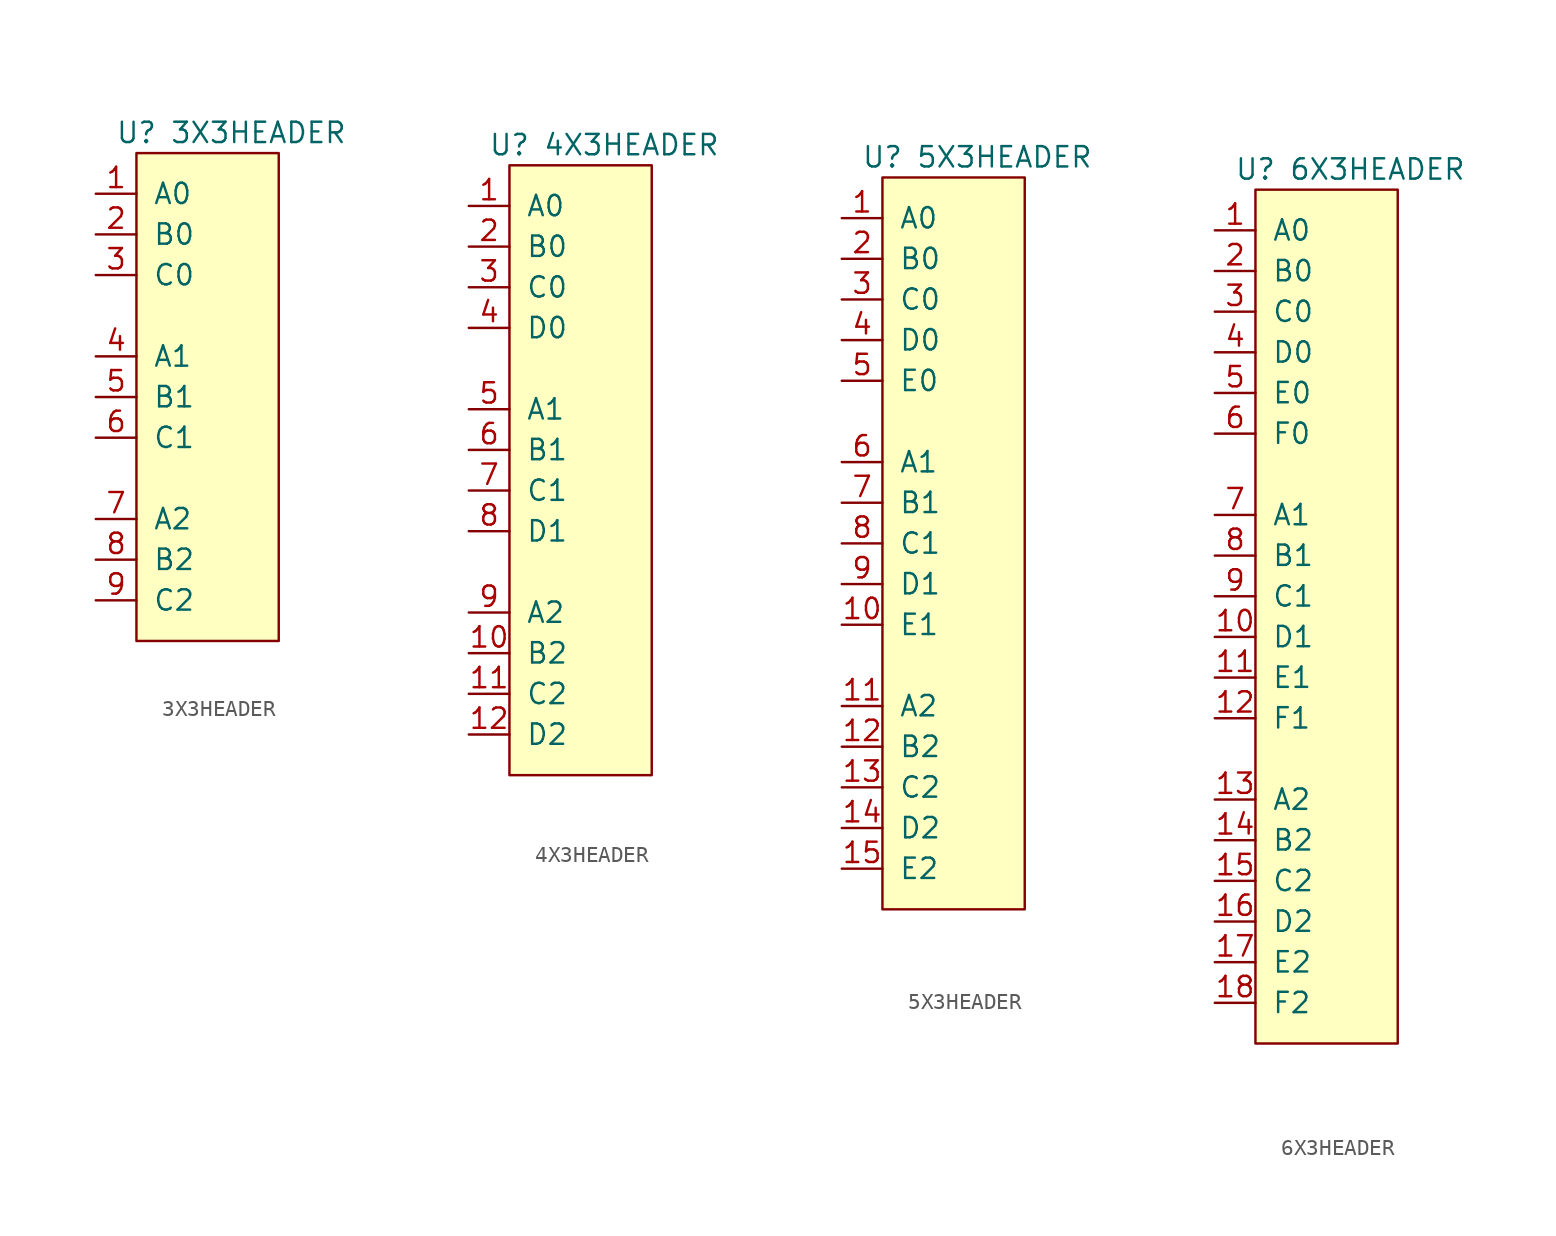
<source format=kicad_sym>
(kicad_symbol_lib
  (version 20220914)
  (generator kicad_symbol_editor)
  (symbol "3X3HEADER"
    (pin_names
      (offset 1.016))
    (property "Reference" "U"
      (at -5.08 19.05 0)
      (effects (font (size 1.27 1.27))))
    (property "Value" "3X3HEADER"
      (at 2.54 19.05 0)
      (effects (font (size 1.27 1.27))))
    (symbol "3X3HEADER_0_1"
      (rectangle (start -5.08 17.78) (end 3.81 -12.7) (stroke (width 0) (type solid)) (fill (type background))))
    (symbol "3X3HEADER_1_1"
      (pin passive line (at -7.62 15.24 0) (length 2.54) (name "A0" (effects (font (size 1.27 1.27)))) (number "1" (effects (font (size 1.27 1.27)))))
      (pin passive line (at -7.62 12.7 0) (length 2.54) (name "B0" (effects (font (size 1.27 1.27)))) (number "2" (effects (font (size 1.27 1.27)))))
      (pin passive line (at -7.62 10.16 0) (length 2.54) (name "C0" (effects (font (size 1.27 1.27)))) (number "3" (effects (font (size 1.27 1.27)))))
      (pin passive line (at -7.62 5.08 0) (length 2.54) (name "A1" (effects (font (size 1.27 1.27)))) (number "4" (effects (font (size 1.27 1.27)))))
      (pin passive line (at -7.62 2.54 0) (length 2.54) (name "B1" (effects (font (size 1.27 1.27)))) (number "5" (effects (font (size 1.27 1.27)))))
      (pin passive line (at -7.62 0 0) (length 2.54) (name "C1" (effects (font (size 1.27 1.27)))) (number "6" (effects (font (size 1.27 1.27)))))
      (pin passive line (at -7.62 -5.08 0) (length 2.54) (name "A2" (effects (font (size 1.27 1.27)))) (number "7" (effects (font (size 1.27 1.27)))))
      (pin passive line (at -7.62 -7.62 0) (length 2.54) (name "B2" (effects (font (size 1.27 1.27)))) (number "8" (effects (font (size 1.27 1.27)))))
      (pin passive line (at -7.62 -10.16 0) (length 2.54) (name "C2" (effects (font (size 1.27 1.27)))) (number "9" (effects (font (size 1.27 1.27)))))))
  (symbol "4X3HEADER"
    (pin_names
      (offset 1.016))
    (property "Reference" "U"
      (at -5.08 19.05 0)
      (effects (font (size 1.27 1.27))))
    (property "Value" "4X3HEADER"
      (at 2.54 19.05 0)
      (effects (font (size 1.27 1.27))))
    (symbol "4X3HEADER_0_1"
      (rectangle (start -5.08 17.78) (end 3.81 -20.32) (stroke (width 0) (type solid)) (fill (type background))))
    (symbol "4X3HEADER_1_1"
      (pin passive line (at -7.62 15.24 0) (length 2.54) (name "A0" (effects (font (size 1.27 1.27)))) (number "1" (effects (font (size 1.27 1.27)))))
      (pin passive line (at -7.62 -12.7 0) (length 2.54) (name "B2" (effects (font (size 1.27 1.27)))) (number "10" (effects (font (size 1.27 1.27)))))
      (pin passive line (at -7.62 -15.24 0) (length 2.54) (name "C2" (effects (font (size 1.27 1.27)))) (number "11" (effects (font (size 1.27 1.27)))))
      (pin passive line (at -7.62 -17.78 0) (length 2.54) (name "D2" (effects (font (size 1.27 1.27)))) (number "12" (effects (font (size 1.27 1.27)))))
      (pin passive line (at -7.62 12.7 0) (length 2.54) (name "B0" (effects (font (size 1.27 1.27)))) (number "2" (effects (font (size 1.27 1.27)))))
      (pin passive line (at -7.62 10.16 0) (length 2.54) (name "C0" (effects (font (size 1.27 1.27)))) (number "3" (effects (font (size 1.27 1.27)))))
      (pin passive line (at -7.62 7.62 0) (length 2.54) (name "D0" (effects (font (size 1.27 1.27)))) (number "4" (effects (font (size 1.27 1.27)))))
      (pin passive line (at -7.62 2.54 0) (length 2.54) (name "A1" (effects (font (size 1.27 1.27)))) (number "5" (effects (font (size 1.27 1.27)))))
      (pin passive line (at -7.62 0 0) (length 2.54) (name "B1" (effects (font (size 1.27 1.27)))) (number "6" (effects (font (size 1.27 1.27)))))
      (pin passive line (at -7.62 -2.54 0) (length 2.54) (name "C1" (effects (font (size 1.27 1.27)))) (number "7" (effects (font (size 1.27 1.27)))))
      (pin passive line (at -7.62 -5.08 0) (length 2.54) (name "D1" (effects (font (size 1.27 1.27)))) (number "8" (effects (font (size 1.27 1.27)))))
      (pin passive line (at -7.62 -10.16 0) (length 2.54) (name "A2" (effects (font (size 1.27 1.27)))) (number "9" (effects (font (size 1.27 1.27)))))))
  (symbol "5X3HEADER"
    (pin_names
      (offset 1.016))
    (property "Reference" "U"
      (at -5.08 24.13 0)
      (effects (font (size 1.27 1.27))))
    (property "Value" "5X3HEADER"
      (at 2.54 24.13 0)
      (effects (font (size 1.27 1.27))))
    (symbol "5X3HEADER_0_1"
      (rectangle (start -5.08 22.86) (end 3.81 -22.86) (stroke (width 0) (type solid)) (fill (type background))))
    (symbol "5X3HEADER_1_1"
      (pin unspecified line (at -7.62 20.32 0) (length 2.54) (name "A0" (effects (font (size 1.27 1.27)))) (number "1" (effects (font (size 1.27 1.27)))))
      (pin unspecified line (at -7.62 -5.08 0) (length 2.54) (name "E1" (effects (font (size 1.27 1.27)))) (number "10" (effects (font (size 1.27 1.27)))))
      (pin unspecified line (at -7.62 -10.16 0) (length 2.54) (name "A2" (effects (font (size 1.27 1.27)))) (number "11" (effects (font (size 1.27 1.27)))))
      (pin unspecified line (at -7.62 -12.7 0) (length 2.54) (name "B2" (effects (font (size 1.27 1.27)))) (number "12" (effects (font (size 1.27 1.27)))))
      (pin unspecified line (at -7.62 -15.24 0) (length 2.54) (name "C2" (effects (font (size 1.27 1.27)))) (number "13" (effects (font (size 1.27 1.27)))))
      (pin unspecified line (at -7.62 -17.78 0) (length 2.54) (name "D2" (effects (font (size 1.27 1.27)))) (number "14" (effects (font (size 1.27 1.27)))))
      (pin unspecified line (at -7.62 -20.32 0) (length 2.54) (name "E2" (effects (font (size 1.27 1.27)))) (number "15" (effects (font (size 1.27 1.27)))))
      (pin unspecified line (at -7.62 17.78 0) (length 2.54) (name "B0" (effects (font (size 1.27 1.27)))) (number "2" (effects (font (size 1.27 1.27)))))
      (pin unspecified line (at -7.62 15.24 0) (length 2.54) (name "C0" (effects (font (size 1.27 1.27)))) (number "3" (effects (font (size 1.27 1.27)))))
      (pin unspecified line (at -7.62 12.7 0) (length 2.54) (name "D0" (effects (font (size 1.27 1.27)))) (number "4" (effects (font (size 1.27 1.27)))))
      (pin unspecified line (at -7.62 10.16 0) (length 2.54) (name "E0" (effects (font (size 1.27 1.27)))) (number "5" (effects (font (size 1.27 1.27)))))
      (pin unspecified line (at -7.62 5.08 0) (length 2.54) (name "A1" (effects (font (size 1.27 1.27)))) (number "6" (effects (font (size 1.27 1.27)))))
      (pin unspecified line (at -7.62 2.54 0) (length 2.54) (name "B1" (effects (font (size 1.27 1.27)))) (number "7" (effects (font (size 1.27 1.27)))))
      (pin unspecified line (at -7.62 0 0) (length 2.54) (name "C1" (effects (font (size 1.27 1.27)))) (number "8" (effects (font (size 1.27 1.27)))))
      (pin unspecified line (at -7.62 -2.54 0) (length 2.54) (name "D1" (effects (font (size 1.27 1.27)))) (number "9" (effects (font (size 1.27 1.27)))))))
  (symbol "6X3HEADER"
    (pin_names
      (offset 1.016))
    (property "Reference" "U"
      (at -5.08 19.05 0)
      (effects (font (size 1.27 1.27))))
    (property "Value" "6X3HEADER"
      (at 2.54 19.05 0)
      (effects (font (size 1.27 1.27))))
    (symbol "6X3HEADER_0_1"
      (rectangle (start -5.08 17.78) (end 3.81 -35.56) (stroke (width 0) (type solid)) (fill (type background))))
    (symbol "6X3HEADER_1_1"
      (pin passive line (at -7.62 15.24 0) (length 2.54) (name "A0" (effects (font (size 1.27 1.27)))) (number "1" (effects (font (size 1.27 1.27)))))
      (pin passive line (at -7.62 -10.16 0) (length 2.54) (name "D1" (effects (font (size 1.27 1.27)))) (number "10" (effects (font (size 1.27 1.27)))))
      (pin passive line (at -7.62 -12.7 0) (length 2.54) (name "E1" (effects (font (size 1.27 1.27)))) (number "11" (effects (font (size 1.27 1.27)))))
      (pin passive line (at -7.62 -15.24 0) (length 2.54) (name "F1" (effects (font (size 1.27 1.27)))) (number "12" (effects (font (size 1.27 1.27)))))
      (pin passive line (at -7.62 -20.32 0) (length 2.54) (name "A2" (effects (font (size 1.27 1.27)))) (number "13" (effects (font (size 1.27 1.27)))))
      (pin passive line (at -7.62 -22.86 0) (length 2.54) (name "B2" (effects (font (size 1.27 1.27)))) (number "14" (effects (font (size 1.27 1.27)))))
      (pin passive line (at -7.62 -25.4 0) (length 2.54) (name "C2" (effects (font (size 1.27 1.27)))) (number "15" (effects (font (size 1.27 1.27)))))
      (pin passive line (at -7.62 -27.94 0) (length 2.54) (name "D2" (effects (font (size 1.27 1.27)))) (number "16" (effects (font (size 1.27 1.27)))))
      (pin passive line (at -7.62 -30.48 0) (length 2.54) (name "E2" (effects (font (size 1.27 1.27)))) (number "17" (effects (font (size 1.27 1.27)))))
      (pin passive line (at -7.62 -33.02 0) (length 2.54) (name "F2" (effects (font (size 1.27 1.27)))) (number "18" (effects (font (size 1.27 1.27)))))
      (pin passive line (at -7.62 12.7 0) (length 2.54) (name "B0" (effects (font (size 1.27 1.27)))) (number "2" (effects (font (size 1.27 1.27)))))
      (pin passive line (at -7.62 10.16 0) (length 2.54) (name "C0" (effects (font (size 1.27 1.27)))) (number "3" (effects (font (size 1.27 1.27)))))
      (pin passive line (at -7.62 7.62 0) (length 2.54) (name "D0" (effects (font (size 1.27 1.27)))) (number "4" (effects (font (size 1.27 1.27)))))
      (pin passive line (at -7.62 5.08 0) (length 2.54) (name "E0" (effects (font (size 1.27 1.27)))) (number "5" (effects (font (size 1.27 1.27)))))
      (pin passive line (at -7.62 2.54 0) (length 2.54) (name "F0" (effects (font (size 1.27 1.27)))) (number "6" (effects (font (size 1.27 1.27)))))
      (pin passive line (at -7.62 -2.54 0) (length 2.54) (name "A1" (effects (font (size 1.27 1.27)))) (number "7" (effects (font (size 1.27 1.27)))))
      (pin passive line (at -7.62 -5.08 0) (length 2.54) (name "B1" (effects (font (size 1.27 1.27)))) (number "8" (effects (font (size 1.27 1.27)))))
      (pin passive line (at -7.62 -7.62 0) (length 2.54) (name "C1" (effects (font (size 1.27 1.27)))) (number "9" (effects (font (size 1.27 1.27))))))))
</source>
